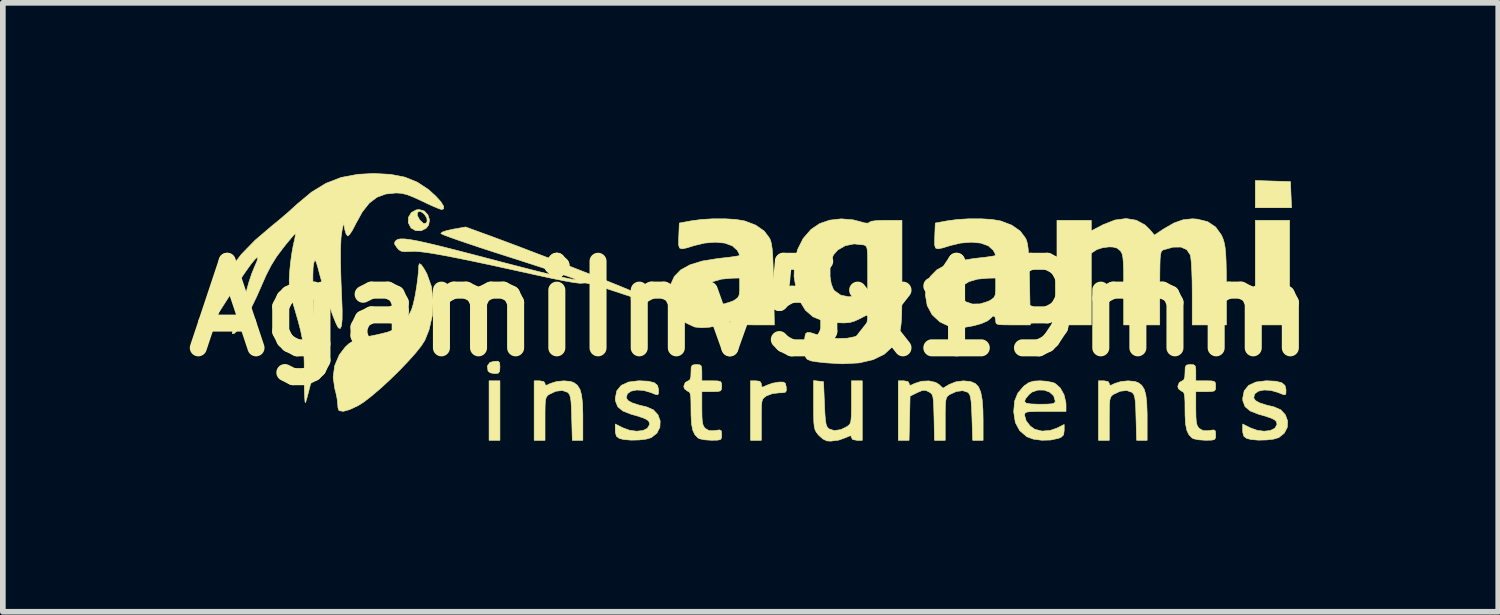
<source format=kicad_pcb>
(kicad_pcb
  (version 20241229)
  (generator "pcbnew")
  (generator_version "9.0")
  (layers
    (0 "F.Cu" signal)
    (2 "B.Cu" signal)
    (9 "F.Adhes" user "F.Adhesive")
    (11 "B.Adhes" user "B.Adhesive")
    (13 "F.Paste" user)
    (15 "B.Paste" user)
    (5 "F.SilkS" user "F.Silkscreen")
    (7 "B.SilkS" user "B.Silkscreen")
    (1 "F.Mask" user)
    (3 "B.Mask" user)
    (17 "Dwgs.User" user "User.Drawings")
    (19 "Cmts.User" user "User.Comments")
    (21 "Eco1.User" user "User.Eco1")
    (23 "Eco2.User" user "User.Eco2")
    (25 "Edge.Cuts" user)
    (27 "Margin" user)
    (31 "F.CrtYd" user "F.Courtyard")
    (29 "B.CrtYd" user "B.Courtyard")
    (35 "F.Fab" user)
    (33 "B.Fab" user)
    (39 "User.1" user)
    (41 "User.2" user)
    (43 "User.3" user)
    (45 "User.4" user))
  (footprint "AgamiInv5x19mm"
    (layer "F.Cu")
    (at 10.167 2.386)
    (property "Reference" "AgamiInv5x19mm" (at 0 0 0) (layer "F.SilkS") (effects (font (size 1.524 1.524) (thickness 0.3))))
    (attr through_hole)
    (fp_poly (pts (xy -4.413 2.318) (xy -4.604 2.318) (xy -4.604 1.27) (xy -4.413 1.27) (xy -4.413 2.318)) (stroke (width 0.01) (type solid)) (fill yes) (layer "F.SilkS"))
    (fp_poly (pts (xy 9.493 0.286) (xy 8.89 0.286) (xy 8.89 -1.556) (xy 9.493 -1.556) (xy 9.493 0.286)) (stroke (width 0.01) (type solid)) (fill yes) (layer "F.SilkS"))
    (fp_poly (pts (xy 9.2 -2.247) (xy 9.509 -2.238) (xy 9.518 -2.008) (xy 9.528 -1.778) (xy 8.89 -1.778) (xy 8.89 -2.257) (xy 9.2 -2.247)) (stroke (width 0.01) (type solid)) (fill yes) (layer "F.SilkS"))
    (fp_poly (pts (xy -4.419 0.949) (xy -4.413 1.016) (xy -4.413 1.03) (xy -4.418 1.105) (xy -4.444 1.137) (xy -4.507 1.143) (xy -4.509 1.143) (xy -4.585 1.129) (xy -4.623 1.097) (xy -4.634 1.008) (xy -4.591 0.948) (xy -4.516 0.927) (xy -4.448 0.925) (xy -4.419 0.949)) (stroke (width 0.01) (type solid)) (fill yes) (layer "F.SilkS"))
    (fp_poly (pts (xy -5.744 -1.72) (xy -5.681 -1.652) (xy -5.653 -1.563) (xy -5.669 -1.472) (xy -5.71 -1.418) (xy -5.8 -1.372) (xy -5.899 -1.375) (xy -5.98 -1.423) (xy -6.027 -1.515) (xy -6.023 -1.61) (xy -5.974 -1.691) (xy -5.971 -1.693) (xy -5.868 -1.693) (xy -5.867 -1.638) (xy -5.828 -1.567) (xy -5.819 -1.556) (xy -5.759 -1.501) (xy -5.717 -1.503) (xy -5.694 -1.541) (xy -5.701 -1.599) (xy -5.743 -1.663) (xy -5.801 -1.708) (xy -5.831 -1.714) (xy -5.868 -1.693) (xy -5.971 -1.693) (xy -5.889 -1.739) (xy -5.836 -1.746) (xy -5.744 -1.72)) (stroke (width 0.01) (type solid)) (fill yes) (layer "F.SilkS"))
    (fp_poly (pts (xy 0.165 1.28) (xy 0.189 1.317) (xy 0.191 1.334) (xy 0.195 1.375) (xy 0.219 1.38) (xy 0.281 1.352) (xy 0.286 1.349) (xy 0.386 1.313) (xy 0.497 1.293) (xy 0.5 1.293) (xy 0.579 1.293) (xy 0.614 1.315) (xy 0.628 1.373) (xy 0.629 1.384) (xy 0.631 1.445) (xy 0.611 1.473) (xy 0.553 1.481) (xy 0.501 1.482) (xy 0.385 1.496) (xy 0.286 1.533) (xy 0.277 1.538) (xy 0.24 1.565) (xy 0.215 1.594) (xy 0.2 1.64) (xy 0.193 1.714) (xy 0.191 1.829) (xy 0.191 1.956) (xy 0.191 2.318) (xy 0 2.318) (xy 0 1.27) (xy 0.095 1.27) (xy 0.165 1.28)) (stroke (width 0.01) (type solid)) (fill yes) (layer "F.SilkS"))
    (fp_poly (pts (xy -3.64 1.284) (xy -3.619 1.318) (xy -3.613 1.348) (xy -3.583 1.346) (xy -3.526 1.318) (xy -3.417 1.284) (xy -3.288 1.271) (xy -3.168 1.282) (xy -3.11 1.303) (xy -3.049 1.349) (xy -3.005 1.418) (xy -2.976 1.519) (xy -2.959 1.663) (xy -2.953 1.857) (xy -2.953 1.919) (xy -2.953 2.318) (xy -3.138 2.318) (xy -3.149 1.918) (xy -3.154 1.75) (xy -3.161 1.633) (xy -3.172 1.558) (xy -3.188 1.511) (xy -3.211 1.481) (xy -3.223 1.472) (xy -3.313 1.441) (xy -3.428 1.454) (xy -3.546 1.509) (xy -3.546 1.509) (xy -3.577 1.533) (xy -3.598 1.564) (xy -3.611 1.615) (xy -3.617 1.697) (xy -3.619 1.822) (xy -3.619 1.937) (xy -3.619 2.318) (xy -3.81 2.318) (xy -3.81 1.27) (xy -3.715 1.27) (xy -3.64 1.284)) (stroke (width 0.01) (type solid)) (fill yes) (layer "F.SilkS"))
    (fp_poly (pts (xy 6.298 1.284) (xy 6.318 1.318) (xy 6.325 1.348) (xy 6.355 1.346) (xy 6.412 1.318) (xy 6.52 1.284) (xy 6.649 1.271) (xy 6.769 1.282) (xy 6.828 1.303) (xy 6.889 1.349) (xy 6.933 1.418) (xy 6.962 1.519) (xy 6.978 1.663) (xy 6.985 1.857) (xy 6.985 1.919) (xy 6.985 2.318) (xy 6.8 2.318) (xy 6.789 1.918) (xy 6.784 1.75) (xy 6.777 1.633) (xy 6.766 1.558) (xy 6.75 1.511) (xy 6.727 1.481) (xy 6.715 1.472) (xy 6.625 1.441) (xy 6.51 1.454) (xy 6.392 1.509) (xy 6.391 1.509) (xy 6.36 1.533) (xy 6.34 1.564) (xy 6.327 1.615) (xy 6.321 1.697) (xy 6.319 1.822) (xy 6.318 1.937) (xy 6.318 2.318) (xy 6.128 2.318) (xy 6.128 1.27) (xy 6.223 1.27) (xy 6.298 1.284)) (stroke (width 0.01) (type solid)) (fill yes) (layer "F.SilkS"))
    (fp_poly (pts (xy 1.199 1.276) (xy 1.286 1.286) (xy 1.302 1.677) (xy 1.31 1.845) (xy 1.319 1.96) (xy 1.331 2.035) (xy 1.349 2.081) (xy 1.374 2.11) (xy 1.381 2.116) (xy 1.474 2.147) (xy 1.59 2.13) (xy 1.698 2.077) (xy 1.732 2.052) (xy 1.755 2.022) (xy 1.768 1.975) (xy 1.775 1.899) (xy 1.778 1.781) (xy 1.778 1.647) (xy 1.778 1.27) (xy 1.968 1.27) (xy 1.968 2.318) (xy 1.873 2.318) (xy 1.798 2.304) (xy 1.778 2.269) (xy 1.771 2.239) (xy 1.738 2.243) (xy 1.691 2.265) (xy 1.553 2.315) (xy 1.411 2.333) (xy 1.343 2.328) (xy 1.276 2.295) (xy 1.204 2.232) (xy 1.192 2.218) (xy 1.159 2.176) (xy 1.137 2.134) (xy 1.123 2.079) (xy 1.115 1.998) (xy 1.112 1.88) (xy 1.111 1.712) (xy 1.111 1.694) (xy 1.111 1.266) (xy 1.199 1.276)) (stroke (width 0.01) (type solid)) (fill yes) (layer "F.SilkS"))
    (fp_poly (pts (xy -5.798 -0.774) (xy -5.747 -0.7) (xy -5.698 -0.611) (xy -5.62 -0.392) (xy -5.588 -0.145) (xy -5.602 0.115) (xy -5.662 0.375) (xy -5.736 0.558) (xy -5.799 0.656) (xy -5.901 0.784) (xy -6.034 0.932) (xy -6.186 1.091) (xy -6.35 1.251) (xy -6.514 1.402) (xy -6.67 1.535) (xy -6.806 1.641) (xy -6.91 1.707) (xy -7.062 1.778) (xy -7.171 1.808) (xy -7.239 1.797) (xy -7.25 1.789) (xy -7.265 1.745) (xy -7.271 1.67) (xy -7.281 1.58) (xy -7.305 1.467) (xy -7.32 1.413) (xy -7.35 1.209) (xy -7.323 1.004) (xy -7.241 0.812) (xy -7.136 0.675) (xy -7.072 0.616) (xy -7.001 0.571) (xy -6.911 0.535) (xy -6.786 0.501) (xy -6.614 0.466) (xy -6.598 0.463) (xy -6.396 0.415) (xy -6.244 0.355) (xy -6.13 0.273) (xy -6.042 0.161) (xy -5.97 0.02) (xy -5.94 -0.077) (xy -5.908 -0.218) (xy -5.88 -0.382) (xy -5.858 -0.549) (xy -5.844 -0.7) (xy -5.843 -0.754) (xy -5.831 -0.793) (xy -5.798 -0.774)) (stroke (width 0.01) (type solid)) (fill yes) (layer "F.SilkS"))
    (fp_poly (pts (xy -1.798 1.278) (xy -1.694 1.304) (xy -1.637 1.352) (xy -1.619 1.426) (xy -1.619 1.428) (xy -1.62 1.492) (xy -1.634 1.517) (xy -1.677 1.509) (xy -1.757 1.476) (xy -1.886 1.439) (xy -2.006 1.432) (xy -2.105 1.453) (xy -2.169 1.499) (xy -2.187 1.567) (xy -2.186 1.574) (xy -2.157 1.618) (xy -2.084 1.659) (xy -1.959 1.699) (xy -1.831 1.729) (xy -1.71 1.782) (xy -1.63 1.869) (xy -1.591 1.976) (xy -1.596 2.089) (xy -1.649 2.192) (xy -1.746 2.27) (xy -1.836 2.297) (xy -1.964 2.312) (xy -2.104 2.315) (xy -2.232 2.304) (xy -2.31 2.285) (xy -2.361 2.247) (xy -2.38 2.178) (xy -2.381 2.144) (xy -2.381 2.031) (xy -2.256 2.095) (xy -2.129 2.142) (xy -2.005 2.158) (xy -1.896 2.146) (xy -1.816 2.107) (xy -1.779 2.044) (xy -1.778 2.03) (xy -1.787 1.99) (xy -1.821 1.956) (xy -1.889 1.924) (xy -2.004 1.886) (xy -2.102 1.859) (xy -2.248 1.802) (xy -2.338 1.727) (xy -2.378 1.625) (xy -2.381 1.578) (xy -2.355 1.447) (xy -2.277 1.351) (xy -2.148 1.292) (xy -1.97 1.27) (xy -1.956 1.27) (xy -1.798 1.278)) (stroke (width 0.01) (type solid)) (fill yes) (layer "F.SilkS"))
    (fp_poly (pts (xy 9.251 1.278) (xy 9.355 1.304) (xy 9.412 1.352) (xy 9.43 1.426) (xy 9.43 1.428) (xy 9.429 1.492) (xy 9.415 1.517) (xy 9.372 1.509) (xy 9.292 1.476) (xy 9.163 1.439) (xy 9.043 1.432) (xy 8.944 1.453) (xy 8.88 1.499) (xy 8.862 1.567) (xy 8.863 1.574) (xy 8.892 1.618) (xy 8.965 1.659) (xy 9.09 1.699) (xy 9.218 1.729) (xy 9.339 1.782) (xy 9.419 1.869) (xy 9.458 1.976) (xy 9.453 2.089) (xy 9.4 2.192) (xy 9.303 2.27) (xy 9.213 2.297) (xy 9.085 2.312) (xy 8.945 2.315) (xy 8.817 2.304) (xy 8.739 2.285) (xy 8.688 2.247) (xy 8.669 2.178) (xy 8.668 2.144) (xy 8.668 2.031) (xy 8.793 2.095) (xy 8.92 2.142) (xy 9.044 2.158) (xy 9.153 2.146) (xy 9.233 2.107) (xy 9.27 2.044) (xy 9.271 2.03) (xy 9.262 1.99) (xy 9.228 1.956) (xy 9.16 1.924) (xy 9.045 1.886) (xy 8.947 1.859) (xy 8.801 1.802) (xy 8.711 1.727) (xy 8.671 1.625) (xy 8.668 1.578) (xy 8.694 1.447) (xy 8.772 1.351) (xy 8.901 1.292) (xy 9.079 1.27) (xy 9.093 1.27) (xy 9.251 1.278)) (stroke (width 0.01) (type solid)) (fill yes) (layer "F.SilkS"))
    (fp_poly (pts (xy -0.894 0.988) (xy -0.866 1.012) (xy -0.858 1.073) (xy -0.857 1.127) (xy -0.857 1.27) (xy -0.683 1.27) (xy -0.583 1.272) (xy -0.531 1.282) (xy -0.511 1.31) (xy -0.508 1.364) (xy -0.508 1.365) (xy -0.511 1.42) (xy -0.53 1.448) (xy -0.581 1.459) (xy -0.68 1.46) (xy -0.683 1.46) (xy -0.857 1.46) (xy -0.857 1.757) (xy -0.855 1.902) (xy -0.848 1.997) (xy -0.833 2.057) (xy -0.808 2.097) (xy -0.795 2.11) (xy -0.727 2.149) (xy -0.635 2.148) (xy -0.62 2.145) (xy -0.546 2.135) (xy -0.515 2.151) (xy -0.508 2.206) (xy -0.508 2.221) (xy -0.511 2.275) (xy -0.528 2.304) (xy -0.577 2.315) (xy -0.671 2.317) (xy -0.691 2.317) (xy -0.8 2.31) (xy -0.888 2.293) (xy -0.924 2.277) (xy -0.979 2.22) (xy -1.016 2.143) (xy -1.038 2.034) (xy -1.047 1.879) (xy -1.048 1.784) (xy -1.049 1.639) (xy -1.053 1.545) (xy -1.064 1.491) (xy -1.083 1.463) (xy -1.111 1.451) (xy -1.165 1.409) (xy -1.175 1.365) (xy -1.149 1.3) (xy -1.111 1.279) (xy -1.07 1.256) (xy -1.051 1.202) (xy -1.048 1.123) (xy -1.045 1.037) (xy -1.028 0.997) (xy -0.985 0.985) (xy -0.953 0.984) (xy -0.894 0.988)) (stroke (width 0.01) (type solid)) (fill yes) (layer "F.SilkS"))
    (fp_poly (pts (xy 2.774 1.284) (xy 2.794 1.318) (xy 2.8 1.348) (xy 2.831 1.346) (xy 2.888 1.318) (xy 3.011 1.278) (xy 3.143 1.272) (xy 3.26 1.298) (xy 3.32 1.335) (xy 3.389 1.401) (xy 3.497 1.336) (xy 3.614 1.289) (xy 3.75 1.271) (xy 3.877 1.284) (xy 3.96 1.319) (xy 4.015 1.376) (xy 4.054 1.468) (xy 4.079 1.6) (xy 4.093 1.781) (xy 4.096 1.961) (xy 4.096 2.318) (xy 3.913 2.318) (xy 3.9 1.917) (xy 3.893 1.748) (xy 3.885 1.63) (xy 3.873 1.554) (xy 3.857 1.507) (xy 3.833 1.478) (xy 3.825 1.472) (xy 3.738 1.444) (xy 3.625 1.458) (xy 3.507 1.512) (xy 3.501 1.516) (xy 3.47 1.54) (xy 3.45 1.571) (xy 3.438 1.623) (xy 3.431 1.707) (xy 3.429 1.834) (xy 3.429 1.94) (xy 3.429 2.318) (xy 3.24 2.318) (xy 3.232 1.914) (xy 3.227 1.748) (xy 3.222 1.633) (xy 3.213 1.559) (xy 3.199 1.514) (xy 3.176 1.487) (xy 3.143 1.466) (xy 3.141 1.464) (xy 3.082 1.438) (xy 3.027 1.44) (xy 2.949 1.472) (xy 2.934 1.479) (xy 2.81 1.54) (xy 2.801 1.929) (xy 2.792 2.318) (xy 2.603 2.318) (xy 2.603 1.27) (xy 2.699 1.27) (xy 2.774 1.284)) (stroke (width 0.01) (type solid)) (fill yes) (layer "F.SilkS"))
    (fp_poly (pts (xy 7.806 0.988) (xy 7.833 1.012) (xy 7.842 1.073) (xy 7.842 1.127) (xy 7.842 1.27) (xy 8.017 1.27) (xy 8.117 1.272) (xy 8.169 1.282) (xy 8.188 1.31) (xy 8.191 1.364) (xy 8.191 1.365) (xy 8.189 1.42) (xy 8.169 1.448) (xy 8.118 1.459) (xy 8.02 1.46) (xy 8.017 1.46) (xy 7.842 1.46) (xy 7.842 1.757) (xy 7.844 1.902) (xy 7.851 1.997) (xy 7.866 2.057) (xy 7.891 2.097) (xy 7.904 2.11) (xy 7.973 2.149) (xy 8.064 2.148) (xy 8.079 2.145) (xy 8.154 2.135) (xy 8.185 2.151) (xy 8.191 2.206) (xy 8.191 2.221) (xy 8.189 2.275) (xy 8.171 2.304) (xy 8.123 2.315) (xy 8.028 2.317) (xy 8.009 2.317) (xy 7.9 2.31) (xy 7.812 2.293) (xy 7.776 2.277) (xy 7.721 2.22) (xy 7.684 2.143) (xy 7.662 2.034) (xy 7.653 1.879) (xy 7.652 1.784) (xy 7.651 1.639) (xy 7.646 1.545) (xy 7.635 1.491) (xy 7.617 1.463) (xy 7.588 1.451) (xy 7.535 1.409) (xy 7.525 1.365) (xy 7.551 1.3) (xy 7.588 1.279) (xy 7.629 1.256) (xy 7.648 1.202) (xy 7.652 1.123) (xy 7.655 1.037) (xy 7.672 0.997) (xy 7.714 0.985) (xy 7.747 0.984) (xy 7.806 0.988)) (stroke (width 0.01) (type solid)) (fill yes) (layer "F.SilkS"))
    (fp_poly (pts (xy 5.217 1.279) (xy 5.322 1.3) (xy 5.363 1.316) (xy 5.454 1.395) (xy 5.521 1.515) (xy 5.554 1.655) (xy 5.556 1.695) (xy 5.556 1.81) (xy 5.191 1.81) (xy 5.035 1.81) (xy 4.931 1.813) (xy 4.869 1.82) (xy 4.838 1.834) (xy 4.828 1.857) (xy 4.827 1.881) (xy 4.855 1.976) (xy 4.927 2.068) (xy 5.006 2.124) (xy 5.133 2.156) (xy 5.28 2.144) (xy 5.407 2.099) (xy 5.524 2.039) (xy 5.524 2.143) (xy 5.514 2.221) (xy 5.472 2.263) (xy 5.425 2.283) (xy 5.285 2.313) (xy 5.128 2.317) (xy 4.98 2.297) (xy 4.866 2.255) (xy 4.865 2.254) (xy 4.74 2.147) (xy 4.664 2.005) (xy 4.636 1.823) (xy 4.636 1.8) (xy 4.651 1.634) (xy 4.826 1.634) (xy 4.856 1.664) (xy 4.939 1.678) (xy 5.08 1.683) (xy 5.096 1.683) (xy 5.228 1.681) (xy 5.308 1.675) (xy 5.35 1.662) (xy 5.365 1.639) (xy 5.366 1.625) (xy 5.339 1.535) (xy 5.268 1.47) (xy 5.17 1.434) (xy 5.062 1.433) (xy 4.959 1.468) (xy 4.904 1.513) (xy 4.844 1.585) (xy 4.826 1.634) (xy 4.651 1.634) (xy 4.652 1.625) (xy 4.707 1.488) (xy 4.807 1.371) (xy 4.827 1.353) (xy 4.904 1.301) (xy 4.988 1.276) (xy 5.1 1.27) (xy 5.217 1.279)) (stroke (width 0.01) (type solid)) (fill yes) (layer "F.SilkS"))
    (fp_poly (pts (xy 6.793 -1.558) (xy 6.948 -1.474) (xy 7.029 -1.395) (xy 7.113 -1.296) (xy 7.279 -1.406) (xy 7.458 -1.509) (xy 7.619 -1.566) (xy 7.78 -1.583) (xy 7.867 -1.577) (xy 8.05 -1.532) (xy 8.192 -1.437) (xy 8.295 -1.293) (xy 8.325 -1.22) (xy 8.344 -1.154) (xy 8.358 -1.074) (xy 8.368 -0.972) (xy 8.375 -0.836) (xy 8.379 -0.657) (xy 8.381 -0.426) (xy 8.381 -0.389) (xy 8.382 0.286) (xy 7.779 0.286) (xy 7.779 -0.281) (xy 7.777 -0.486) (xy 7.771 -0.667) (xy 7.763 -0.813) (xy 7.752 -0.913) (xy 7.744 -0.947) (xy 7.683 -1.039) (xy 7.581 -1.085) (xy 7.443 -1.084) (xy 7.275 -1.037) (xy 7.263 -1.032) (xy 7.244 -1.019) (xy 7.23 -0.993) (xy 7.22 -0.945) (xy 7.213 -0.867) (xy 7.21 -0.751) (xy 7.208 -0.589) (xy 7.207 -0.371) (xy 7.207 0.286) (xy 6.572 0.286) (xy 6.572 -0.33) (xy 6.572 -0.545) (xy 6.57 -0.707) (xy 6.565 -0.823) (xy 6.557 -0.904) (xy 6.546 -0.959) (xy 6.529 -0.996) (xy 6.514 -1.018) (xy 6.458 -1.066) (xy 6.38 -1.086) (xy 6.311 -1.088) (xy 6.202 -1.074) (xy 6.105 -1.043) (xy 6.083 -1.031) (xy 6.001 -0.977) (xy 6.001 0.286) (xy 5.397 0.286) (xy 5.397 -1.556) (xy 6.001 -1.556) (xy 6.001 -1.37) (xy 6.209 -1.479) (xy 6.418 -1.561) (xy 6.615 -1.587) (xy 6.793 -1.558)) (stroke (width 0.01) (type solid)) (fill yes) (layer "F.SilkS"))
    (fp_poly (pts (xy -0.447 -1.583) (xy -0.257 -1.571) (xy -0.108 -1.546) (xy -0.103 -1.545) (xy 0.092 -1.471) (xy 0.242 -1.366) (xy 0.337 -1.239) (xy 0.356 -1.193) (xy 0.37 -1.132) (xy 0.382 -1.049) (xy 0.391 -0.934) (xy 0.397 -0.78) (xy 0.403 -0.575) (xy 0.406 -0.421) (xy 0.42 0.286) (xy 0.115 0.286) (xy -0.026 0.285) (xy -0.115 0.282) (xy -0.164 0.272) (xy -0.185 0.253) (xy -0.19 0.221) (xy -0.191 0.206) (xy -0.205 0.142) (xy -0.238 0.129) (xy -0.272 0.162) (xy -0.334 0.214) (xy -0.441 0.262) (xy -0.577 0.3) (xy -0.723 0.326) (xy -0.861 0.335) (xy -0.975 0.324) (xy -0.992 0.319) (xy -1.175 0.233) (xy -1.311 0.106) (xy -1.397 -0.054) (xy -1.428 -0.243) (xy -1.428 -0.247) (xy -1.418 -0.333) (xy -0.815 -0.333) (xy -0.811 -0.24) (xy -0.793 -0.2) (xy -0.715 -0.121) (xy -0.602 -0.082) (xy -0.466 -0.084) (xy -0.325 -0.128) (xy -0.278 -0.153) (xy -0.226 -0.191) (xy -0.2 -0.239) (xy -0.191 -0.32) (xy -0.191 -0.372) (xy -0.191 -0.54) (xy -0.325 -0.537) (xy -0.513 -0.52) (xy -0.66 -0.477) (xy -0.762 -0.414) (xy -0.815 -0.333) (xy -1.418 -0.333) (xy -1.408 -0.422) (xy -1.342 -0.567) (xy -1.229 -0.683) (xy -1.065 -0.773) (xy -0.846 -0.84) (xy -0.571 -0.884) (xy -0.533 -0.888) (xy -0.397 -0.903) (xy -0.287 -0.918) (xy -0.215 -0.93) (xy -0.197 -0.936) (xy -0.201 -0.97) (xy -0.234 -1.029) (xy -0.321 -1.107) (xy -0.453 -1.155) (xy -0.62 -1.171) (xy -0.809 -1.155) (xy -0.989 -1.112) (xy -1.122 -1.071) (xy -1.205 -1.054) (xy -1.249 -1.068) (xy -1.266 -1.12) (xy -1.266 -1.216) (xy -1.263 -1.278) (xy -1.254 -1.508) (xy -1.048 -1.546) (xy -0.864 -1.571) (xy -0.656 -1.583) (xy -0.447 -1.583)) (stroke (width 0.01) (type solid)) (fill yes) (layer "F.SilkS"))
    (fp_poly (pts (xy 4.061 -1.583) (xy 4.251 -1.571) (xy 4.401 -1.546) (xy 4.405 -1.545) (xy 4.6 -1.471) (xy 4.75 -1.366) (xy 4.845 -1.239) (xy 4.864 -1.193) (xy 4.879 -1.132) (xy 4.89 -1.049) (xy 4.899 -0.934) (xy 4.906 -0.78) (xy 4.912 -0.575) (xy 4.915 -0.421) (xy 4.928 0.286) (xy 4.623 0.286) (xy 4.482 0.285) (xy 4.393 0.282) (xy 4.344 0.272) (xy 4.323 0.253) (xy 4.318 0.221) (xy 4.318 0.206) (xy 4.304 0.142) (xy 4.27 0.129) (xy 4.236 0.162) (xy 4.175 0.214) (xy 4.067 0.262) (xy 3.932 0.3) (xy 3.786 0.326) (xy 3.647 0.335) (xy 3.534 0.324) (xy 3.517 0.319) (xy 3.334 0.233) (xy 3.198 0.106) (xy 3.112 -0.054) (xy 3.08 -0.243) (xy 3.08 -0.247) (xy 3.091 -0.333) (xy 3.694 -0.333) (xy 3.697 -0.24) (xy 3.715 -0.2) (xy 3.793 -0.121) (xy 3.907 -0.082) (xy 4.042 -0.084) (xy 4.184 -0.128) (xy 4.231 -0.153) (xy 4.283 -0.191) (xy 4.309 -0.239) (xy 4.317 -0.32) (xy 4.318 -0.372) (xy 4.318 -0.54) (xy 4.183 -0.537) (xy 3.996 -0.52) (xy 3.849 -0.477) (xy 3.746 -0.414) (xy 3.694 -0.333) (xy 3.091 -0.333) (xy 3.101 -0.422) (xy 3.166 -0.567) (xy 3.28 -0.683) (xy 3.444 -0.773) (xy 3.662 -0.84) (xy 3.938 -0.884) (xy 3.975 -0.888) (xy 4.111 -0.903) (xy 4.222 -0.918) (xy 4.293 -0.93) (xy 4.312 -0.936) (xy 4.307 -0.97) (xy 4.275 -1.029) (xy 4.188 -1.107) (xy 4.055 -1.155) (xy 3.889 -1.171) (xy 3.699 -1.155) (xy 3.519 -1.112) (xy 3.386 -1.071) (xy 3.303 -1.054) (xy 3.259 -1.068) (xy 3.243 -1.12) (xy 3.243 -1.216) (xy 3.245 -1.278) (xy 3.254 -1.508) (xy 3.461 -1.546) (xy 3.645 -1.571) (xy 3.852 -1.583) (xy 4.061 -1.583)) (stroke (width 0.01) (type solid)) (fill yes) (layer "F.SilkS"))
    (fp_poly (pts (xy -4.517 -1.256) (xy -4.329 -1.186) (xy -4.107 -1.103) (xy -3.862 -1.009) (xy -3.602 -0.91) (xy -3.337 -0.807) (xy -3.074 -0.704) (xy -2.823 -0.606) (xy -2.594 -0.515) (xy -2.395 -0.435) (xy -2.235 -0.37) (xy -2.124 -0.323) (xy -2.106 -0.315) (xy -2.006 -0.266) (xy -1.934 -0.222) (xy -1.905 -0.193) (xy -1.905 -0.192) (xy -1.906 -0.175) (xy -1.916 -0.166) (xy -1.943 -0.166) (xy -1.994 -0.178) (xy -2.079 -0.204) (xy -2.206 -0.245) (xy -2.383 -0.304) (xy -2.429 -0.319) (xy -2.646 -0.389) (xy -2.805 -0.433) (xy -2.908 -0.453) (xy -2.953 -0.45) (xy -3.002 -0.447) (xy -3.111 -0.46) (xy -3.277 -0.489) (xy -3.499 -0.534) (xy -3.763 -0.591) (xy -4.19 -0.685) (xy -4.56 -0.766) (xy -4.876 -0.833) (xy -5.145 -0.888) (xy -5.368 -0.932) (xy -5.553 -0.965) (xy -5.701 -0.989) (xy -5.819 -1.003) (xy -5.909 -1.01) (xy -5.978 -1.009) (xy -5.979 -1.009) (xy -6.087 -1.004) (xy -6.152 -1.013) (xy -6.197 -1.041) (xy -6.226 -1.075) (xy -6.266 -1.134) (xy -6.265 -1.173) (xy -6.241 -1.203) (xy -6.21 -1.221) (xy -6.161 -1.229) (xy -6.088 -1.228) (xy -5.986 -1.215) (xy -5.85 -1.19) (xy -5.674 -1.151) (xy -5.454 -1.098) (xy -5.184 -1.03) (xy -4.86 -0.946) (xy -4.764 -0.921) (xy -4.369 -0.817) (xy -4.032 -0.73) (xy -3.751 -0.658) (xy -3.523 -0.602) (xy -3.344 -0.56) (xy -3.213 -0.532) (xy -3.126 -0.516) (xy -3.081 -0.513) (xy -3.076 -0.514) (xy -3.098 -0.526) (xy -3.173 -0.555) (xy -3.297 -0.598) (xy -3.463 -0.655) (xy -3.665 -0.722) (xy -3.896 -0.797) (xy -4.151 -0.879) (xy -4.241 -0.908) (xy -4.504 -0.992) (xy -4.749 -1.072) (xy -4.967 -1.145) (xy -5.152 -1.208) (xy -5.299 -1.26) (xy -5.4 -1.298) (xy -5.449 -1.321) (xy -5.453 -1.324) (xy -5.43 -1.348) (xy -5.354 -1.374) (xy -5.241 -1.399) (xy -5.018 -1.439) (xy -4.517 -1.256)) (stroke (width 0.01) (type solid)) (fill yes) (layer "F.SilkS"))
    (fp_poly (pts (xy 1.804 -1.565) (xy 1.907 -1.539) (xy 2.015 -1.509) (xy 2.073 -1.506) (xy 2.089 -1.519) (xy 2.128 -1.539) (xy 2.227 -1.552) (xy 2.384 -1.556) (xy 2.667 -1.556) (xy 2.667 -0.62) (xy 2.667 -0.349) (xy 2.666 -0.133) (xy 2.663 0.036) (xy 2.659 0.166) (xy 2.652 0.264) (xy 2.643 0.34) (xy 2.63 0.402) (xy 2.614 0.456) (xy 2.601 0.49) (xy 2.503 0.666) (xy 2.356 0.802) (xy 2.159 0.898) (xy 1.913 0.955) (xy 1.618 0.971) (xy 1.333 0.954) (xy 1.173 0.937) (xy 1.065 0.919) (xy 1 0.892) (xy 0.967 0.848) (xy 0.954 0.778) (xy 0.952 0.673) (xy 0.953 0.649) (xy 0.955 0.52) (xy 0.967 0.446) (xy 1.001 0.417) (xy 1.065 0.424) (xy 1.163 0.456) (xy 1.346 0.505) (xy 1.533 0.526) (xy 1.707 0.52) (xy 1.856 0.489) (xy 1.964 0.432) (xy 1.984 0.413) (xy 2.023 0.343) (xy 2.051 0.247) (xy 2.054 0.227) (xy 2.071 0.1) (xy 1.917 0.18) (xy 1.829 0.22) (xy 1.749 0.243) (xy 1.654 0.251) (xy 1.521 0.247) (xy 1.506 0.247) (xy 1.281 0.216) (xy 1.103 0.144) (xy 0.967 0.028) (xy 0.867 -0.137) (xy 0.811 -0.302) (xy 0.767 -0.564) (xy 0.771 -0.71) (xy 1.401 -0.71) (xy 1.401 -0.566) (xy 1.422 -0.435) (xy 1.461 -0.337) (xy 1.474 -0.32) (xy 1.589 -0.238) (xy 1.734 -0.209) (xy 1.904 -0.234) (xy 1.976 -0.259) (xy 2.064 -0.293) (xy 2.064 -0.699) (xy 2.063 -0.865) (xy 2.061 -0.979) (xy 2.054 -1.051) (xy 2.042 -1.092) (xy 2.022 -1.112) (xy 1.992 -1.123) (xy 1.825 -1.141) (xy 1.668 -1.109) (xy 1.535 -1.033) (xy 1.46 -0.946) (xy 1.42 -0.844) (xy 1.401 -0.71) (xy 0.771 -0.71) (xy 0.774 -0.812) (xy 0.828 -1.039) (xy 0.927 -1.236) (xy 1.067 -1.397) (xy 1.217 -1.498) (xy 1.395 -1.559) (xy 1.599 -1.582) (xy 1.804 -1.565)) (stroke (width 0.01) (type solid)) (fill yes) (layer "F.SilkS"))
    (fp_poly (pts (xy -6.338 -2.365) (xy -6.086 -2.316) (xy -5.867 -2.227) (xy -5.669 -2.096) (xy -5.543 -1.982) (xy -5.451 -1.88) (xy -5.404 -1.803) (xy -5.405 -1.758) (xy -5.439 -1.746) (xy -5.484 -1.76) (xy -5.572 -1.796) (xy -5.688 -1.848) (xy -5.781 -1.893) (xy -5.935 -1.964) (xy -6.051 -2.009) (xy -6.147 -2.032) (xy -6.24 -2.038) (xy -6.244 -2.038) (xy -6.425 -2.019) (xy -6.579 -1.962) (xy -6.714 -1.859) (xy -6.836 -1.705) (xy -6.953 -1.494) (xy -6.967 -1.465) (xy -7.018 -1.369) (xy -7.064 -1.302) (xy -7.094 -1.28) (xy -7.094 -1.28) (xy -7.122 -1.316) (xy -7.144 -1.389) (xy -7.146 -1.4) (xy -7.164 -1.508) (xy -7.193 -1.381) (xy -7.211 -1.251) (xy -7.22 -1.058) (xy -7.22 -0.804) (xy -7.212 -0.489) (xy -7.2 -0.206) (xy -7.191 0.022) (xy -7.192 0.189) (xy -7.202 0.297) (xy -7.222 0.347) (xy -7.251 0.342) (xy -7.27 0.318) (xy -7.304 0.249) (xy -7.351 0.133) (xy -7.405 -0.017) (xy -7.463 -0.187) (xy -7.518 -0.363) (xy -7.567 -0.532) (xy -7.582 -0.585) (xy -7.619 -0.725) (xy -7.645 -0.811) (xy -7.662 -0.849) (xy -7.675 -0.847) (xy -7.688 -0.812) (xy -7.694 -0.792) (xy -7.703 -0.719) (xy -7.707 -0.593) (xy -7.707 -0.424) (xy -7.702 -0.221) (xy -7.697 -0.095) (xy -7.684 0.197) (xy -7.676 0.436) (xy -7.673 0.63) (xy -7.674 0.789) (xy -7.68 0.923) (xy -7.692 1.041) (xy -7.71 1.153) (xy -7.735 1.267) (xy -7.746 1.318) (xy -7.78 1.452) (xy -7.809 1.563) (xy -7.831 1.636) (xy -7.84 1.657) (xy -7.846 1.635) (xy -7.851 1.559) (xy -7.856 1.439) (xy -7.858 1.285) (xy -7.859 1.149) (xy -7.86 0.954) (xy -7.865 0.794) (xy -7.876 0.654) (xy -7.895 0.521) (xy -7.924 0.38) (xy -7.967 0.216) (xy -8.025 0.015) (xy -8.071 -0.14) (xy -8.104 -0.265) (xy -8.121 -0.377) (xy -8.124 -0.502) (xy -8.116 -0.648) (xy -8.101 -0.806) (xy -8.079 -0.967) (xy -8.055 -1.101) (xy -8.05 -1.126) (xy -8.027 -1.226) (xy -8.014 -1.299) (xy -8.013 -1.324) (xy -8.035 -1.305) (xy -8.088 -1.245) (xy -8.163 -1.155) (xy -8.235 -1.065) (xy -8.348 -0.914) (xy -8.441 -0.764) (xy -8.528 -0.595) (xy -8.611 -0.407) (xy -8.698 -0.21) (xy -8.788 -0.025) (xy -8.876 0.139) (xy -8.959 0.275) (xy -9.031 0.376) (xy -9.088 0.434) (xy -9.126 0.441) (xy -9.127 0.44) (xy -9.121 0.407) (xy -9.095 0.331) (xy -9.055 0.223) (xy -9.035 0.173) (xy -8.977 0.016) (xy -8.92 -0.157) (xy -8.877 -0.309) (xy -8.875 -0.319) (xy -8.834 -0.465) (xy -8.785 -0.613) (xy -8.74 -0.724) (xy -8.692 -0.835) (xy -8.676 -0.895) (xy -8.69 -0.903) (xy -8.732 -0.864) (xy -8.801 -0.779) (xy -8.894 -0.649) (xy -9.011 -0.478) (xy -9.15 -0.266) (xy -9.215 -0.164) (xy -9.308 -0.019) (xy -9.392 0.11) (xy -9.461 0.211) (xy -9.507 0.273) (xy -9.517 0.286) (xy -9.548 0.311) (xy -9.555 0.291) (xy -9.546 0.229) (xy -9.516 0.116) (xy -9.463 -0.035) (xy -9.395 -0.208) (xy -9.319 -0.384) (xy -9.243 -0.547) (xy -9.173 -0.678) (xy -9.148 -0.719) (xy -8.965 -0.959) (xy -8.726 -1.204) (xy -8.445 -1.444) (xy -8.306 -1.558) (xy -8.15 -1.691) (xy -8.008 -1.819) (xy -7.981 -1.844) (xy -7.729 -2.054) (xy -7.476 -2.208) (xy -7.21 -2.311) (xy -6.917 -2.366) (xy -6.634 -2.381) (xy -6.338 -2.365)) (stroke (width 0.01) (type solid)) (fill yes) (layer "F.SilkS")))
  (gr_rect
    (start -3 -3)
    (end 23.335 7.724)
    (stroke (width 0.1) (type default))
    (fill no)
    (layer "Edge.Cuts")))
</source>
